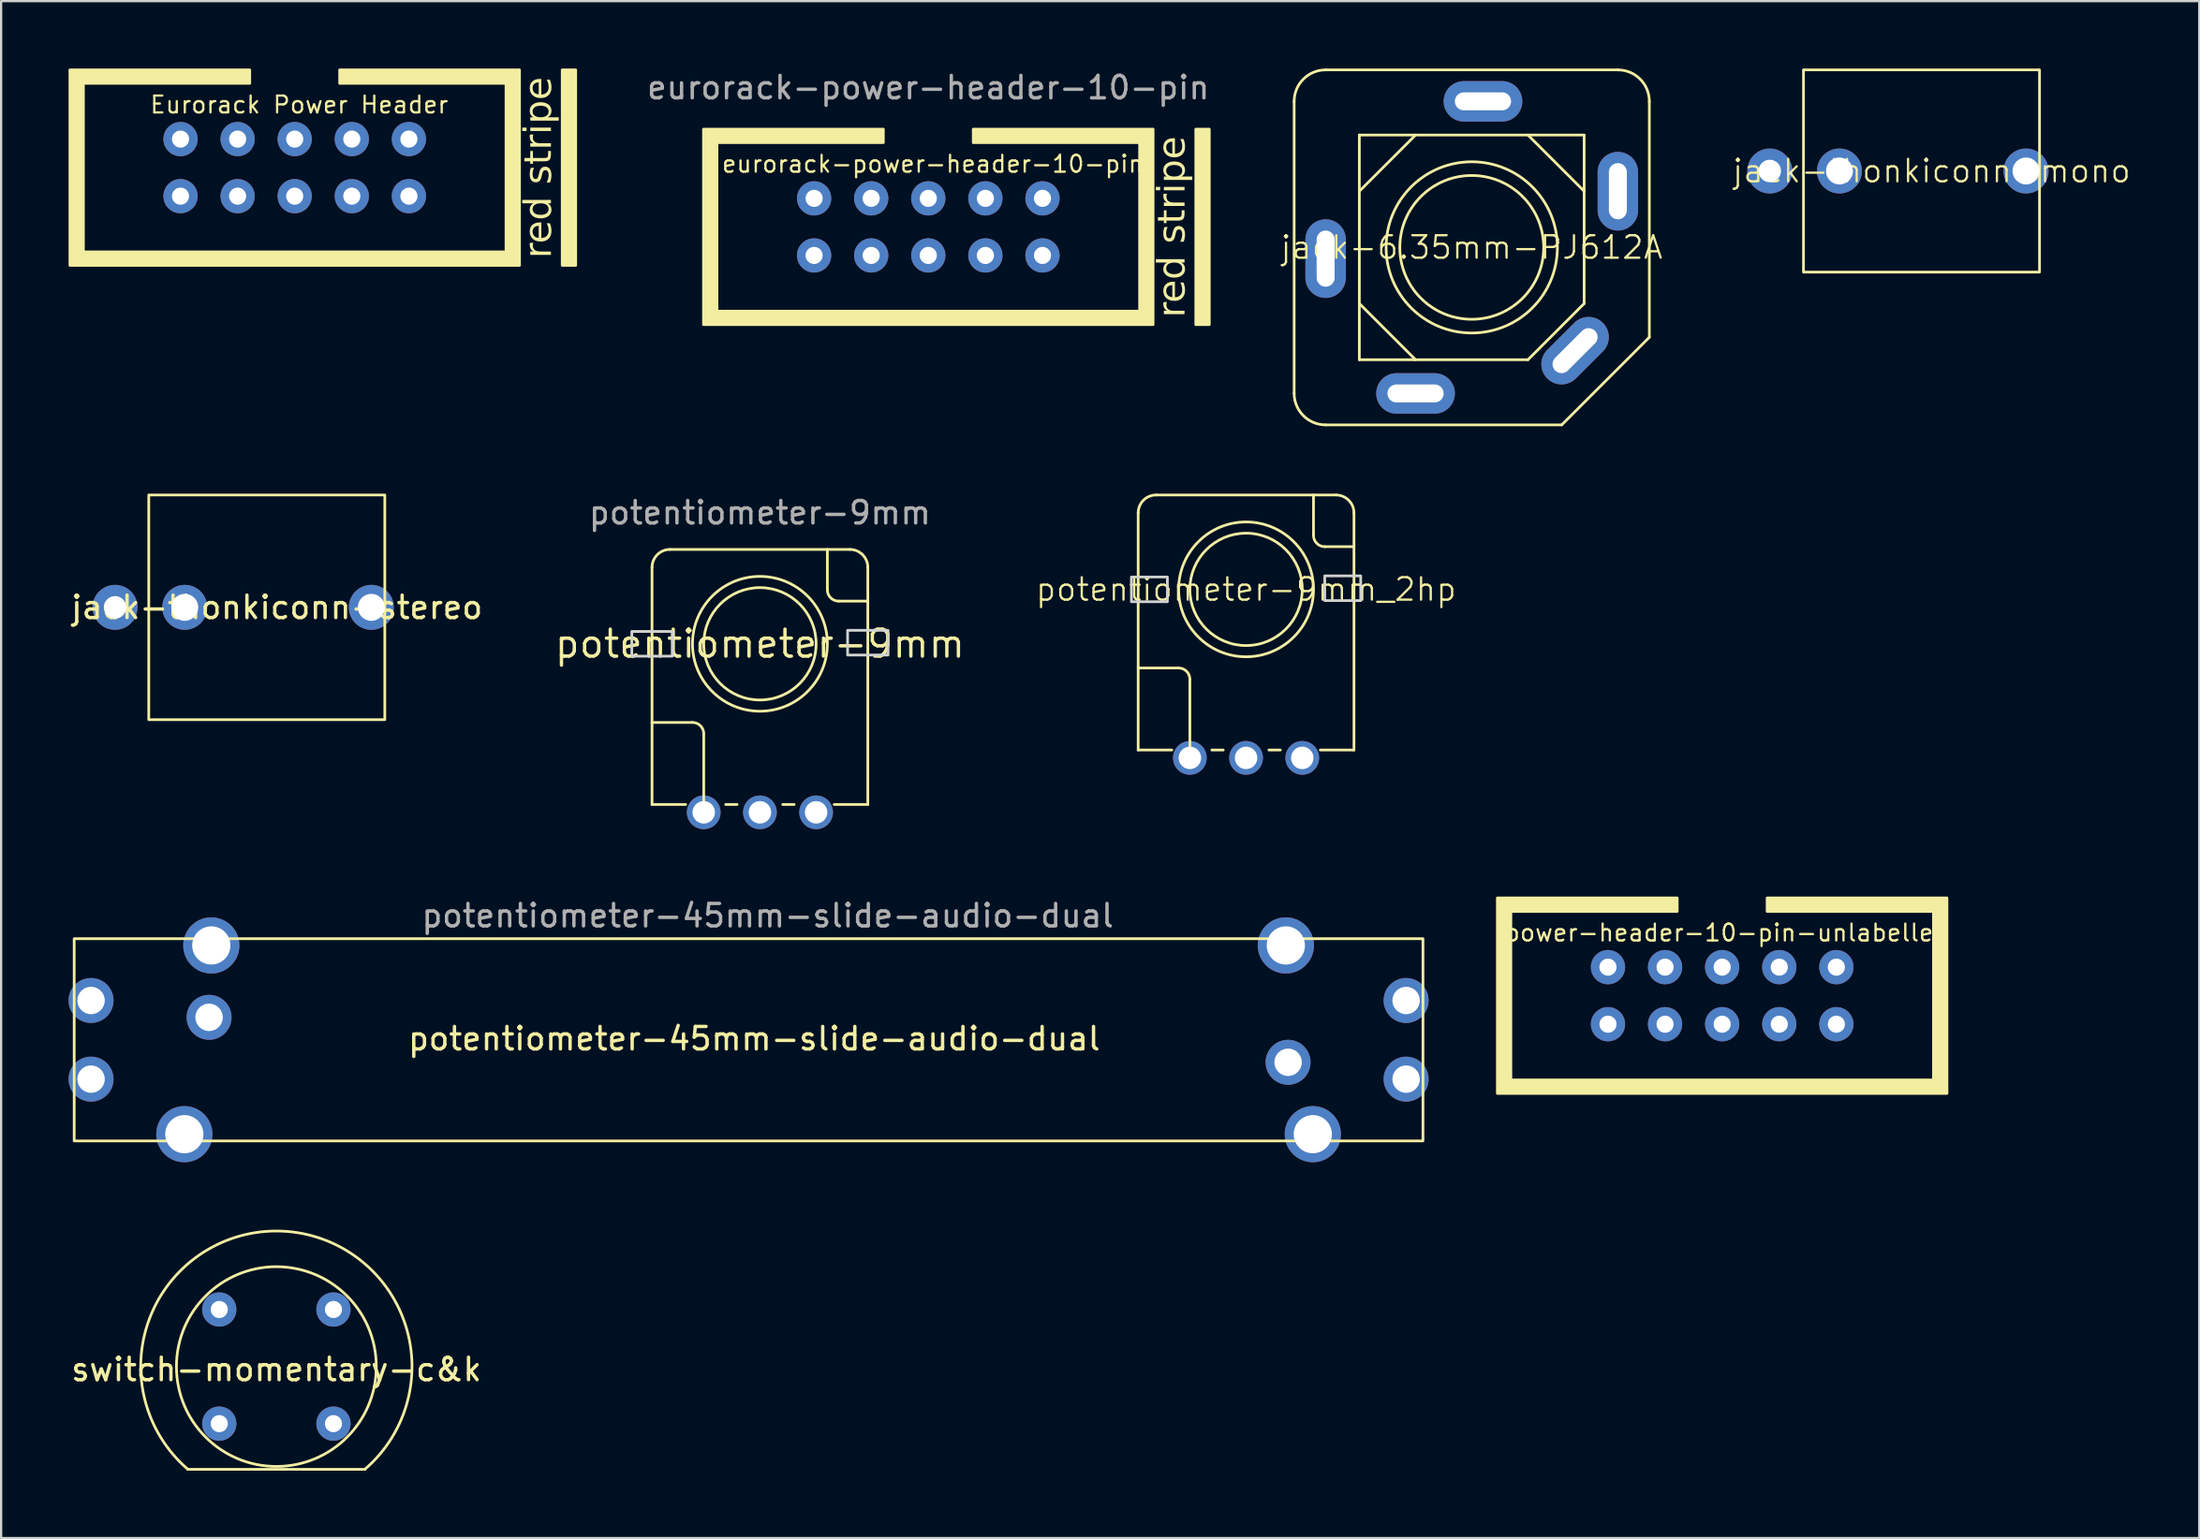
<source format=kicad_pcb>
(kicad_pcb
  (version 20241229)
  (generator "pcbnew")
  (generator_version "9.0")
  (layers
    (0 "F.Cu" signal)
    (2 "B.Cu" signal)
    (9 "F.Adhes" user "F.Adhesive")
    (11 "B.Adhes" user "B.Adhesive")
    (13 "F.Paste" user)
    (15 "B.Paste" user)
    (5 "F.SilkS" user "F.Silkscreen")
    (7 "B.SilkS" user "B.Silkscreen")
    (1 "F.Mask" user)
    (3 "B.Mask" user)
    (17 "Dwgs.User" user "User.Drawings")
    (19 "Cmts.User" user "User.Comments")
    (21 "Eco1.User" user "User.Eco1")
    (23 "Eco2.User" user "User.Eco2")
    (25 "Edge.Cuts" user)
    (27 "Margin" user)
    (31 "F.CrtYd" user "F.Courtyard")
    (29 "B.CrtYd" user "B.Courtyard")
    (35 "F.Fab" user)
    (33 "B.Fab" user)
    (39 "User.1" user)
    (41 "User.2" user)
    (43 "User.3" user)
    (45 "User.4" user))
  (footprint "jack-6.35mm-PJ612A"
    (layer "F.Cu")
    (at 62.42 7.96)
    (property "Reference" "jack-6.35mm-PJ612A" (at 0 0 0) (unlocked yes) (layer "F.SilkS") (effects (font (size 1 1) (thickness 0.1))))
    (attr through_hole)
    (fp_line (start -7.9 6.5) (end -7.9 -6.5) (stroke (width 0.12) (type solid)) (layer "F.SilkS"))
    (fp_line (start -6.5 -7.9) (end 6.5 -7.9) (stroke (width 0.12) (type solid)) (layer "F.SilkS"))
    (fp_line (start -5 -5) (end 5 -5) (stroke (width 0.12) (type solid)) (layer "F.SilkS"))
    (fp_line (start -5 2.5) (end -2.5 5) (stroke (width 0.12) (type solid)) (layer "F.SilkS"))
    (fp_line (start -5 5) (end -5 -5) (stroke (width 0.12) (type solid)) (layer "F.SilkS"))
    (fp_line (start -2.5 -5) (end -5 -2.5) (stroke (width 0.12) (type solid)) (layer "F.SilkS"))
    (fp_line (start 2.5 5) (end -5 5) (stroke (width 0.12) (type solid)) (layer "F.SilkS"))
    (fp_line (start 4 7.9) (end -6.5 7.9) (stroke (width 0.12) (type solid)) (layer "F.SilkS"))
    (fp_line (start 5 -5) (end 5 -2.5) (stroke (width 0.12) (type solid)) (layer "F.SilkS"))
    (fp_line (start 5 -2.5) (end 2.5 -5) (stroke (width 0.12) (type solid)) (layer "F.SilkS"))
    (fp_line (start 5 -2.5) (end 5 2.5) (stroke (width 0.12) (type solid)) (layer "F.SilkS"))
    (fp_line (start 5 2.5) (end 2.5 5) (stroke (width 0.12) (type solid)) (layer "F.SilkS"))
    (fp_line (start 7.9 -6.5) (end 7.9 4) (stroke (width 0.12) (type solid)) (layer "F.SilkS"))
    (fp_line (start 7.9 4) (end 4 7.9) (stroke (width 0.12) (type solid)) (layer "F.SilkS"))
    (fp_arc (start -7.9 -6.5) (mid -7.489949 -7.489949) (end -6.5 -7.9) (stroke (width 0.12) (type solid)) (layer "F.SilkS"))
    (fp_arc (start -6.5 7.9) (mid -7.489949 7.489949) (end -7.9 6.5) (stroke (width 0.12) (type solid)) (layer "F.SilkS"))
    (fp_arc (start 6.5 -7.9) (mid 7.489949 -7.489949) (end 7.9 -6.5) (stroke (width 0.12) (type solid)) (layer "F.SilkS"))
    (fp_circle (center 0 0) (end 3.2 0) (stroke (width 0.12) (type solid)) (fill no) (layer "F.SilkS"))
    (fp_circle (center 0 0) (end 3.81 0) (stroke (width 0.12) (type solid)) (fill no) (layer "F.SilkS"))
    (pad "1" thru_hole oval (at 4.596 4.596 45) (size 3.5 1.8) (drill oval 2.5 0.8) (layers "*.Cu" "*.Mask"))
    (pad "2" thru_hole oval (at 0.5 -6.5) (size 3.5 1.8) (drill oval 2.5 0.8) (layers "*.Cu" "*.Mask"))
    (pad "3" thru_hole oval (at -6.5 0.5 90) (size 3.5 1.8) (drill oval 2.5 0.8) (layers "*.Cu" "*.Mask"))
    (pad "4" thru_hole oval (at 6.5 -2.5 90) (size 3.5 1.8) (drill oval 2.5 0.8) (layers "*.Cu" "*.Mask"))
    (pad "5" thru_hole oval (at -2.5 6.5) (size 3.5 1.8) (drill oval 2.5 0.8) (layers "*.Cu" "*.Mask")))
  (footprint "switch-momentary-c&k"
    (layer "F.Cu")
    (at 9.244 57.77)
    (property "Reference" "switch-momentary-c&k" (at 0 0.127 0) (unlocked yes) (layer "F.SilkS") (effects (font (size 1 1) (thickness 0.15))))
    (attr through_hole)
    (fp_line (start -3.937 4.572) (end 3.937 4.572) (stroke (width 0.12) (type solid)) (layer "F.SilkS"))
    (fp_arc (start -3.937 4.572) (mid 0 -6.033503) (end 3.937 4.572) (stroke (width 0.12) (type solid)) (layer "F.SilkS"))
    (fp_circle (center 0 0) (end 4.445 0) (stroke (width 0.12) (type solid)) (fill no) (layer "F.SilkS"))
    (pad "1" thru_hole circle (at -2.54 2.54) (size 1.524 1.524) (drill 0.762) (layers "*.Cu" "*.Mask"))
    (pad "2" thru_hole circle (at 2.54 -2.54) (size 1.524 1.524) (drill 0.762) (layers "*.Cu" "*.Mask"))
    (pad "3" thru_hole circle (at 2.54 2.54) (size 1.524 1.524) (drill 0.762) (layers "*.Cu" "*.Mask"))
    (pad "4" thru_hole circle (at -2.54 -2.54) (size 1.524 1.524) (drill 0.762) (layers "*.Cu" "*.Mask")))
  (footprint "potentiometer-9mm"
    (layer "F.Cu")
    (at 30.755 33.103)
    (property "Reference" "potentiometer-9mm" (at 0 -7.5 0) (unlocked yes) (layer "F.SilkS") (effects (font (size 1.2 1.2) (thickness 0.15))))
    (attr through_hole)
    (fp_line (start -4.8 -0.35) (end -4.8 -10.9) (stroke (width 0.12) (type solid)) (layer "F.SilkS"))
    (fp_line (start -3.302 -0.35) (end -4.8 -0.35) (stroke (width 0.12) (type solid)) (layer "F.SilkS"))
    (fp_line (start -3 -4) (end -4.8 -4) (stroke (width 0.12) (type solid)) (layer "F.SilkS"))
    (fp_line (start -2.5 -0.3) (end -2.5 -3.5) (stroke (width 0.12) (type solid)) (layer "F.SilkS"))
    (fp_line (start -1.524 -0.35) (end -1.016 -0.35) (stroke (width 0.12) (type default)) (layer "F.SilkS"))
    (fp_line (start 1.016 -0.35) (end 1.524 -0.35) (stroke (width 0.12) (type default)) (layer "F.SilkS"))
    (fp_line (start 3 -11.7) (end 3 -9.9) (stroke (width 0.12) (type solid)) (layer "F.SilkS"))
    (fp_line (start 3.5 -9.4) (end 4.8 -9.4) (stroke (width 0.12) (type solid)) (layer "F.SilkS"))
    (fp_line (start 4 -11.7) (end -4 -11.7) (stroke (width 0.12) (type solid)) (layer "F.SilkS"))
    (fp_line (start 4.8 -10.9) (end 4.8 -0.35) (stroke (width 0.12) (type solid)) (layer "F.SilkS"))
    (fp_line (start 4.8 -0.35) (end 3.302 -0.35) (stroke (width 0.12) (type default)) (layer "F.SilkS"))
    (fp_arc (start -4.8 -10.9) (mid -4.565685 -11.465685) (end -4 -11.7) (stroke (width 0.12) (type solid)) (layer "F.SilkS"))
    (fp_arc (start -3 -4) (mid -2.646447 -3.853553) (end -2.5 -3.5) (stroke (width 0.12) (type solid)) (layer "F.SilkS"))
    (fp_arc (start 3.5 -9.4) (mid 3.146447 -9.546447) (end 3 -9.9) (stroke (width 0.12) (type solid)) (layer "F.SilkS"))
    (fp_arc (start 4 -11.7) (mid 4.565685 -11.465685) (end 4.8 -10.9) (stroke (width 0.12) (type solid)) (layer "F.SilkS"))
    (fp_circle (center 0 -7.5) (end 2.5 -7.5) (stroke (width 0.12) (type solid)) (fill no) (layer "F.SilkS"))
    (fp_circle (center 0 -7.5) (end 3 -7.5) (stroke (width 0.12) (type solid)) (fill no) (layer "F.SilkS"))
    (fp_rect (start -5.7 -6.95) (end -3.9 -8.05) (stroke (width 0.12) (type solid)) (fill no) (layer "Edge.Cuts"))
    (fp_rect (start 3.9 -7) (end 5.7 -8.1) (stroke (width 0.12) (type solid)) (fill no) (layer "Edge.Cuts"))
    (fp_text user "${REFERENCE}" (at 0 -13.335 0) (unlocked yes) (layer "F.Fab") (effects (font (size 1 1) (thickness 0.15))))
    (pad "1" thru_hole circle (at -2.5 0) (size 1.5 1.5) (drill 1) (layers "*.Cu" "*.Mask"))
    (pad "2" thru_hole circle (at 0 0) (size 1.5 1.5) (drill 1) (layers "*.Cu" "*.Mask"))
    (pad "3" thru_hole circle (at 2.5 0) (size 1.5 1.5) (drill 1) (layers "*.Cu" "*.Mask")))
  (footprint "potentiometer-9mm_2hp"
    (layer "F.Cu")
    (at 52.381 23.18)
    (property "Reference" "potentiometer-9mm_2hp" (at 0 0 0) (unlocked yes) (layer "F.SilkS") (effects (font (size 1 1) (thickness 0.1))))
    (attr through_hole)
    (fp_line (start -4.8 7.15) (end -4.8 -3.4) (stroke (width 0.12) (type solid)) (layer "F.SilkS"))
    (fp_line (start -3.302 7.15) (end -4.8 7.15) (stroke (width 0.12) (type solid)) (layer "F.SilkS"))
    (fp_line (start -3 3.5) (end -4.8 3.5) (stroke (width 0.12) (type solid)) (layer "F.SilkS"))
    (fp_line (start -2.5 7.2) (end -2.5 4) (stroke (width 0.12) (type solid)) (layer "F.SilkS"))
    (fp_line (start -1.524 7.15) (end -1.016 7.15) (stroke (width 0.12) (type default)) (layer "F.SilkS"))
    (fp_line (start 1.016 7.15) (end 1.524 7.15) (stroke (width 0.12) (type default)) (layer "F.SilkS"))
    (fp_line (start 3 -4.2) (end 3 -2.4) (stroke (width 0.12) (type solid)) (layer "F.SilkS"))
    (fp_line (start 3.5 -1.9) (end 4.8 -1.9) (stroke (width 0.12) (type solid)) (layer "F.SilkS"))
    (fp_line (start 4 -4.2) (end -4 -4.2) (stroke (width 0.12) (type solid)) (layer "F.SilkS"))
    (fp_line (start 4.8 -3.4) (end 4.8 7.15) (stroke (width 0.12) (type solid)) (layer "F.SilkS"))
    (fp_line (start 4.8 7.15) (end 3.302 7.15) (stroke (width 0.12) (type default)) (layer "F.SilkS"))
    (fp_arc (start -4.8 -3.4) (mid -4.565685 -3.965685) (end -4 -4.2) (stroke (width 0.12) (type solid)) (layer "F.SilkS"))
    (fp_arc (start -3 3.5) (mid -2.646447 3.646447) (end -2.5 4) (stroke (width 0.12) (type solid)) (layer "F.SilkS"))
    (fp_arc (start 3.5 -1.9) (mid 3.146447 -2.046447) (end 3 -2.4) (stroke (width 0.12) (type solid)) (layer "F.SilkS"))
    (fp_arc (start 4 -4.2) (mid 4.565685 -3.965685) (end 4.8 -3.4) (stroke (width 0.12) (type solid)) (layer "F.SilkS"))
    (fp_circle (center 0 0) (end 2.5 0) (stroke (width 0.12) (type solid)) (fill no) (layer "F.SilkS"))
    (fp_circle (center 0 0) (end 3 0) (stroke (width 0.12) (type solid)) (fill no) (layer "F.SilkS"))
    (fp_rect (start -5.1 0.55) (end -3.5 -0.55) (stroke (width 0.12) (type solid)) (fill no) (layer "Edge.Cuts"))
    (fp_rect (start 3.5 0.5) (end 5.1 -0.6) (stroke (width 0.12) (type solid)) (fill no) (layer "Edge.Cuts"))
    (pad "1" thru_hole circle (at -2.5 7.5) (size 1.5 1.5) (drill 1) (layers "*.Cu" "*.Mask"))
    (pad "2" thru_hole circle (at 0 7.5) (size 1.5 1.5) (drill 1) (layers "*.Cu" "*.Mask"))
    (pad "3" thru_hole circle (at 2.5 7.5) (size 1.5 1.5) (drill 1) (layers "*.Cu" "*.Mask")))
  (footprint "power-header-10-pin-unlabelled"
    (layer "F.Cu")
    (at 73.56 41.263)
    (property "Reference" "power-header-10-pin-unlabelled" (at 0.2 -2.8 0) (unlocked yes) (layer "F.SilkS") (effects (font (size 0.75 0.75) (thickness 0.1))))
    (attr through_hole)
    (fp_poly (pts (xy -10 4.35) (xy 10 4.35) (xy 10 -4.35) (xy 2 -4.35) (xy 2 -3.75) (xy 9.4 -3.75) (xy 9.4 3.75) (xy -9.4 3.75) (xy -9.4 -3.75) (xy -2 -3.75) (xy -2 -4.35) (xy -10 -4.35)) (stroke (width 0.12) (type solid)) (fill yes) (layer "F.SilkS"))
    (pad "1" thru_hole circle (at 5.08 -1.27) (size 1.524 1.524) (drill 0.762) (layers "*.Cu" "*.Mask"))
    (pad "2" thru_hole circle (at 5.08 1.27) (size 1.524 1.524) (drill 0.762) (layers "*.Cu" "*.Mask"))
    (pad "3" thru_hole circle (at 2.54 -1.27) (size 1.524 1.524) (drill 0.762) (layers "*.Cu" "*.Mask"))
    (pad "4" thru_hole circle (at 2.54 1.27) (size 1.524 1.524) (drill 0.762) (layers "*.Cu" "*.Mask"))
    (pad "5" thru_hole circle (at 0 -1.27) (size 1.524 1.524) (drill 0.762) (layers "*.Cu" "*.Mask"))
    (pad "6" thru_hole circle (at 0 1.27) (size 1.524 1.524) (drill 0.762) (layers "*.Cu" "*.Mask"))
    (pad "7" thru_hole circle (at -2.54 -1.27) (size 1.524 1.524) (drill 0.762) (layers "*.Cu" "*.Mask"))
    (pad "8" thru_hole circle (at -2.54 1.27) (size 1.524 1.524) (drill 0.762) (layers "*.Cu" "*.Mask"))
    (pad "9" thru_hole circle (at -5.08 -1.27) (size 1.524 1.524) (drill 0.762) (layers "*.Cu" "*.Mask"))
    (pad "10" thru_hole circle (at -5.08 1.27) (size 1.524 1.524) (drill 0.762) (layers "*.Cu" "*.Mask")))
  (footprint "potentiometer-45mm-slide-audio-dual"
    (layer "F.Cu")
    (at 30.25 43.227)
    (property "Reference" "potentiometer-45mm-slide-audio-dual" (at 0.25 -0.05 0) (unlocked yes) (layer "F.SilkS") (effects (font (size 1 1) (thickness 0.15))))
    (attr through_hole)
    (fp_rect (start -30 4.5) (end 30 -4.5) (stroke (width 0.12) (type solid)) (fill no) (layer "F.SilkS"))
    (fp_text user "${REFERENCE}" (at 0.85 -5.525 0) (unlocked yes) (layer "F.Fab") (effects (font (size 1 1) (thickness 0.15))))
    (pad "1" thru_hole circle (at -29.25 -1.75) (size 2 2) (drill 1.22) (layers "*.Cu" "*.Mask"))
    (pad "2" thru_hole circle (at -24 -1) (size 2 2) (drill 1.22) (layers "*.Cu" "*.Mask"))
    (pad "3" thru_hole circle (at 29.25 -1.75) (size 2 2) (drill 1.22) (layers "*.Cu" "*.Mask"))
    (pad "4" thru_hole circle (at -29.25 1.75) (size 2 2) (drill 1.22) (layers "*.Cu" "*.Mask"))
    (pad "5" thru_hole circle (at 24 1) (size 2 2) (drill 1.22) (layers "*.Cu" "*.Mask"))
    (pad "6" thru_hole circle (at 29.25 1.75) (size 2 2) (drill 1.22) (layers "*.Cu" "*.Mask"))
    (pad "7" thru_hole circle (at -25.1 4.2) (size 2.5 2.5) (drill 1.7) (layers "*.Cu" "*.Mask"))
    (pad "7" thru_hole circle (at -23.9 -4.2) (size 2.5 2.5) (drill 1.7) (layers "*.Cu" "*.Mask"))
    (pad "7" thru_hole circle (at 23.9 -4.2) (size 2.5 2.5) (drill 1.7) (layers "*.Cu" "*.Mask"))
    (pad "7" thru_hole circle (at 25.1 4.2) (size 2.5 2.5) (drill 1.7) (layers "*.Cu" "*.Mask")))
  (footprint "jack-thonkiconn-mono"
    (layer "F.Cu")
    (at 81.677 4.56)
    (property "Reference" "jack-thonkiconn-mono" (at 1.2 0 0) (unlocked yes) (layer "F.SilkS") (effects (font (size 1 1) (thickness 0.1))))
    (attr through_hole)
    (fp_rect (start -4.5 4.5) (end 6 -4.5) (stroke (width 0.12) (type solid)) (fill no) (layer "F.SilkS"))
    (pad "1" thru_hole circle (at -6 0) (size 2 2) (drill 1) (layers "*.Cu" "*.Mask"))
    (pad "2" thru_hole circle (at -2.9 0) (size 2 2) (drill 1.2) (layers "*.Cu" "*.Mask"))
    (pad "3" thru_hole circle (at 5.4 0) (size 2 2) (drill 1.2) (layers "*.Cu" "*.Mask"))
    (zone (net_name "") (layer "F.Cu") (hatch edge 0.508) (connect_pads) (min_thickness 0.254) (filled_areas_thickness no) (keepout (tracks not_allowed) (vias not_allowed) (pads not_allowed) (copperpour not_allowed) (footprints allowed)) (placement (enabled no)) (fill) (polygon (pts (xy 83.177 6.06) (xy 80.177 6.06) (xy 80.177 3.06) (xy 83.177 3.06)))))
  (footprint "Eurorack Power Header"
    (layer "F.Cu")
    (at 10.06 4.41)
    (property "Reference" "Eurorack Power Header" (at 0.2 -2.8 0) (unlocked yes) (layer "F.SilkS") (effects (font (size 0.75 0.75) (thickness 0.1))))
    (attr through_hole)
    (fp_rect (start 11.9 -4.35) (end 12.5 4.35) (stroke (width 0.12) (type solid)) (fill yes) (layer "F.SilkS"))
    (fp_poly (pts (xy -10 4.35) (xy 10 4.35) (xy 10 -4.35) (xy 2 -4.35) (xy 2 -3.75) (xy 9.4 -3.75) (xy 9.4 3.75) (xy -9.4 3.75) (xy -9.4 -3.75) (xy -2 -3.75) (xy -2 -4.35) (xy -10 -4.35)) (stroke (width 0.12) (type solid)) (fill yes) (layer "F.SilkS"))
    (fp_text user "red stripe" (at 10.9 0 90) (unlocked yes) (layer "F.SilkS") (effects (font (face "Montserrat Thin") (size 1.2 1.2) (thickness 0.15))))
    (pad "1" thru_hole circle (at 5.08 -1.27) (size 1.524 1.524) (drill 0.762) (layers "*.Cu" "*.Mask"))
    (pad "2" thru_hole circle (at 5.08 1.27) (size 1.524 1.524) (drill 0.762) (layers "*.Cu" "*.Mask"))
    (pad "3" thru_hole circle (at 2.54 -1.27) (size 1.524 1.524) (drill 0.762) (layers "*.Cu" "*.Mask"))
    (pad "4" thru_hole circle (at 2.54 1.27) (size 1.524 1.524) (drill 0.762) (layers "*.Cu" "*.Mask"))
    (pad "5" thru_hole circle (at 0 -1.27) (size 1.524 1.524) (drill 0.762) (layers "*.Cu" "*.Mask"))
    (pad "6" thru_hole circle (at 0 1.27) (size 1.524 1.524) (drill 0.762) (layers "*.Cu" "*.Mask"))
    (pad "7" thru_hole circle (at -2.54 -1.27) (size 1.524 1.524) (drill 0.762) (layers "*.Cu" "*.Mask"))
    (pad "8" thru_hole circle (at -2.54 1.27) (size 1.524 1.524) (drill 0.762) (layers "*.Cu" "*.Mask"))
    (pad "9" thru_hole circle (at -5.08 -1.27) (size 1.524 1.524) (drill 0.762) (layers "*.Cu" "*.Mask"))
    (pad "10" thru_hole circle (at -5.08 1.27) (size 1.524 1.524) (drill 0.762) (layers "*.Cu" "*.Mask")))
  (footprint "eurorack-power-header-10-pin"
    (layer "F.Cu")
    (at 38.245 7.048)
    (property "Reference" "eurorack-power-header-10-pin" (at 0.2 -2.8 0) (unlocked yes) (layer "F.SilkS") (effects (font (size 0.75 0.75) (thickness 0.1))))
    (attr through_hole)
    (fp_rect (start 11.9 -4.35) (end 12.5 4.35) (stroke (width 0.12) (type solid)) (fill yes) (layer "F.SilkS"))
    (fp_poly (pts (xy -10 4.35) (xy 10 4.35) (xy 10 -4.35) (xy 2 -4.35) (xy 2 -3.75) (xy 9.4 -3.75) (xy 9.4 3.75) (xy -9.4 3.75) (xy -9.4 -3.75) (xy -2 -3.75) (xy -2 -4.35) (xy -10 -4.35)) (stroke (width 0.12) (type solid)) (fill yes) (layer "F.SilkS"))
    (fp_text user "red stripe" (at 10.9 0 90) (unlocked yes) (layer "F.SilkS") (effects (font (face "Montserrat") (size 1.2 1.2) (thickness 0.15))))
    (fp_text user "${REFERENCE}" (at 0 -6.2 0) (unlocked yes) (layer "F.Fab") (effects (font (size 1 1) (thickness 0.15))))
    (pad "1" thru_hole circle (at 5.08 -1.27) (size 1.524 1.524) (drill 0.762) (layers "*.Cu" "*.Mask"))
    (pad "2" thru_hole circle (at 5.08 1.27) (size 1.524 1.524) (drill 0.762) (layers "*.Cu" "*.Mask"))
    (pad "3" thru_hole circle (at 2.54 -1.27) (size 1.524 1.524) (drill 0.762) (layers "*.Cu" "*.Mask"))
    (pad "4" thru_hole circle (at 2.54 1.27) (size 1.524 1.524) (drill 0.762) (layers "*.Cu" "*.Mask"))
    (pad "5" thru_hole circle (at 0 -1.27) (size 1.524 1.524) (drill 0.762) (layers "*.Cu" "*.Mask"))
    (pad "6" thru_hole circle (at 0 1.27) (size 1.524 1.524) (drill 0.762) (layers "*.Cu" "*.Mask"))
    (pad "7" thru_hole circle (at -2.54 -1.27) (size 1.524 1.524) (drill 0.762) (layers "*.Cu" "*.Mask"))
    (pad "8" thru_hole circle (at -2.54 1.27) (size 1.524 1.524) (drill 0.762) (layers "*.Cu" "*.Mask"))
    (pad "9" thru_hole circle (at -5.08 -1.27) (size 1.524 1.524) (drill 0.762) (layers "*.Cu" "*.Mask"))
    (pad "10" thru_hole circle (at -5.08 1.27) (size 1.524 1.524) (drill 0.762) (layers "*.Cu" "*.Mask")))
  (footprint "jack-thonkiconn-stereo"
    (layer "F.Cu")
    (at 8.068 23.98)
    (property "Reference" "jack-thonkiconn-stereo" (at 1.2 0 0) (unlocked yes) (layer "F.SilkS") (effects (font (size 1 1) (thickness 0.15))))
    (attr through_hole)
    (fp_rect (start -4.5 5) (end 6 -5) (stroke (width 0.12) (type solid)) (fill no) (layer "F.SilkS"))
    (pad "1" thru_hole circle (at -6 0) (size 2 2) (drill 1) (layers "*.Cu" "*.Mask"))
    (pad "2" thru_hole circle (at -2.9 0) (size 2 2) (drill 1.2) (layers "*.Cu" "*.Mask"))
    (pad "3" thru_hole circle (at 5.4 0) (size 2 2) (drill 1.2) (layers "*.Cu" "*.Mask"))
    (zone (net_name "") (layer "F.Cu") (hatch edge 0.508) (connect_pads) (min_thickness 0.254) (filled_areas_thickness no) (keepout (tracks not_allowed) (vias not_allowed) (pads not_allowed) (copperpour not_allowed) (footprints allowed)) (placement (enabled no)) (fill) (polygon (pts (xy 9.568 25.48) (xy 6.568 25.48) (xy 6.568 22.48) (xy 9.568 22.48)))))
  (gr_rect
    (start -3 -3)
    (end 94.784 65.402)
    (stroke (width 0.1) (type default))
    (fill no)
    (layer "Edge.Cuts")))
</source>
